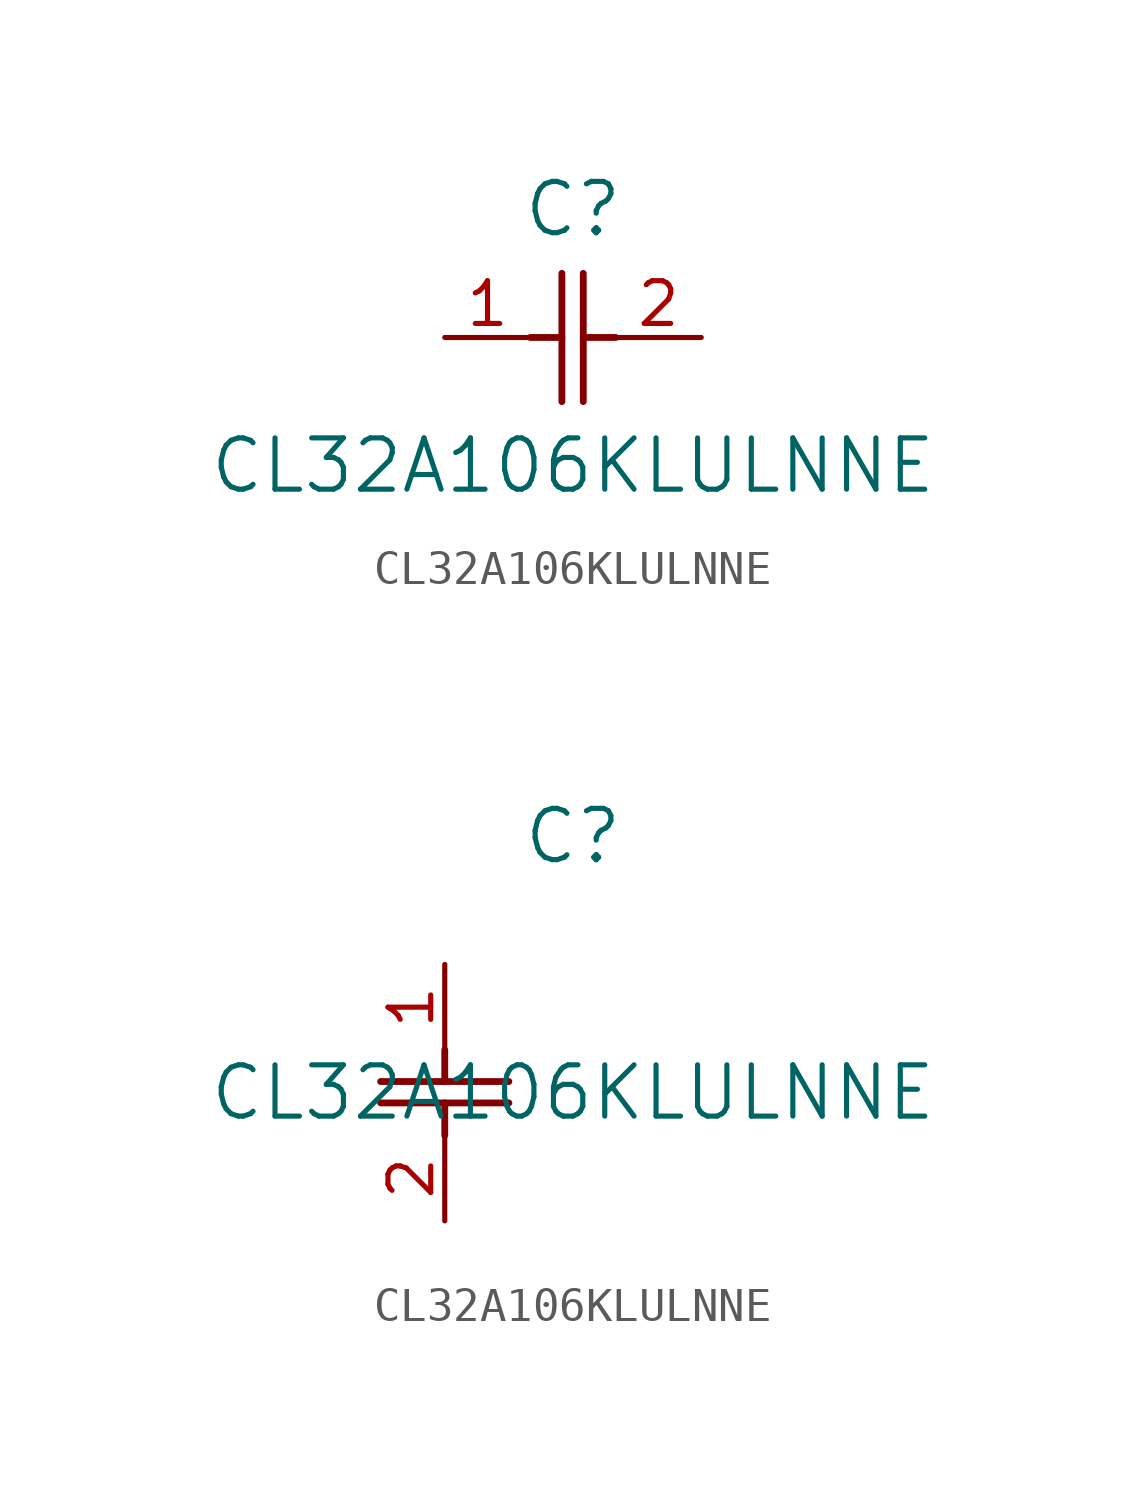
<source format=kicad_sym>
(kicad_symbol_lib
  (version 20211014)
  (generator kicad_symbol_editor)
  (symbol "CL32A106KLULNNE"
    (pin_names
      (offset 0.254))
    (property "Reference" "C"
      (at 3.81 3.81 0)
      (effects (font (size 1.524 1.524))))
    (property "Value" "CL32A106KLULNNE"
      (at 3.81 -3.81 0)
      (effects (font (size 1.524 1.524))))
    (symbol "CL32A106KLULNNE_1_1"
      (polyline (pts (xy 3.48 -1.905) (xy 3.48 1.905)) (stroke (width 0.203) (type default) (color 0 0 0 0)) (fill (type none)))
      (polyline (pts (xy 4.115 -1.905) (xy 4.115 1.905)) (stroke (width 0.203) (type default) (color 0 0 0 0)) (fill (type none)))
      (polyline (pts (xy 4.115 0) (xy 5.08 0)) (stroke (width 0.203) (type default) (color 0 0 0 0)) (fill (type none)))
      (polyline (pts (xy 2.54 0) (xy 3.48 0)) (stroke (width 0.203) (type default) (color 0 0 0 0)) (fill (type none)))
      (pin unspecified line (at 0 0 0) (length 2.54) (name "" (effects (font (size 1.27 1.27)))) (number "1" (effects (font (size 1.27 1.27)))))
      (pin unspecified line (at 7.62 0 180) (length 2.54) (name "" (effects (font (size 1.27 1.27)))) (number "2" (effects (font (size 1.27 1.27))))))
    (symbol "CL32A106KLULNNE_1_2"
      (polyline (pts (xy -1.905 -3.48) (xy 1.905 -3.48)) (stroke (width 0.203) (type default) (color 0 0 0 0)) (fill (type none)))
      (polyline (pts (xy -1.905 -4.115) (xy 1.905 -4.115)) (stroke (width 0.203) (type default) (color 0 0 0 0)) (fill (type none)))
      (polyline (pts (xy 0 -4.115) (xy 0 -5.08)) (stroke (width 0.203) (type default) (color 0 0 0 0)) (fill (type none)))
      (polyline (pts (xy 0 -2.54) (xy 0 -3.48)) (stroke (width 0.203) (type default) (color 0 0 0 0)) (fill (type none)))
      (pin unspecified line (at 0 0 270) (length 2.54) (name "" (effects (font (size 1.27 1.27)))) (number "1" (effects (font (size 1.27 1.27)))))
      (pin unspecified line (at 0 -7.62 90) (length 2.54) (name "" (effects (font (size 1.27 1.27)))) (number "2" (effects (font (size 1.27 1.27))))))))
</source>
